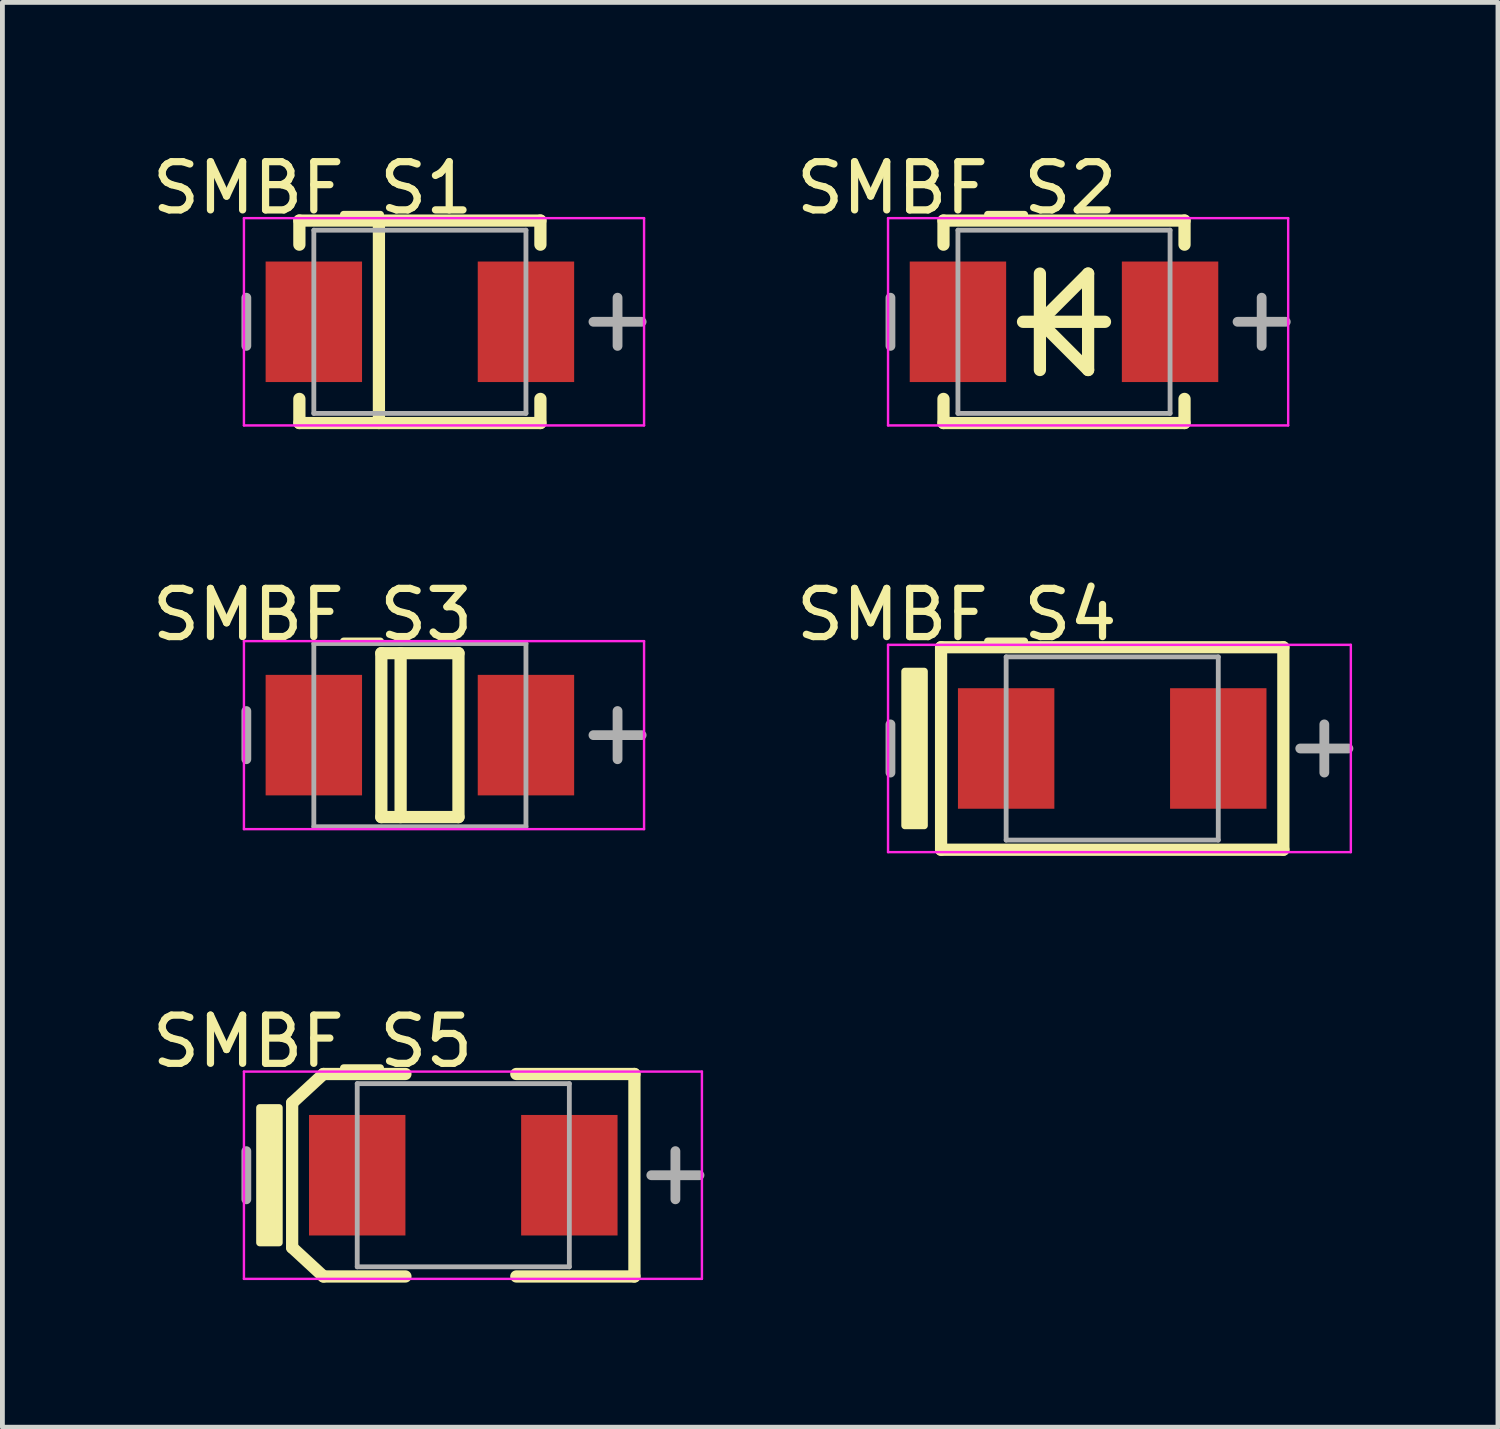
<source format=kicad_pcb>
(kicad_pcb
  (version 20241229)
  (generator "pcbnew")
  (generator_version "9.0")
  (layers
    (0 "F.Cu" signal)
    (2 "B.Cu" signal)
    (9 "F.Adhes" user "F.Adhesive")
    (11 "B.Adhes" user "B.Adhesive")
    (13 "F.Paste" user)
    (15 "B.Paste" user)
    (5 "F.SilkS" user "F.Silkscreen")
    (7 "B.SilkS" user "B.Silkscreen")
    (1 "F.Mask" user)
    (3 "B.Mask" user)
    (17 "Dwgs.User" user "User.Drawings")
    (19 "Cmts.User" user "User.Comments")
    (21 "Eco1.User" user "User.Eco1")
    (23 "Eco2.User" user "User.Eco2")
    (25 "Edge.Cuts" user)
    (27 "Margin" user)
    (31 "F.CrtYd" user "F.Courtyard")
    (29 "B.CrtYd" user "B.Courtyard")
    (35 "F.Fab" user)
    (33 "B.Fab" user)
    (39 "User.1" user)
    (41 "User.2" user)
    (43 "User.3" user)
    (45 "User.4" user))
  (footprint "SMBF_S4"
    (layer "F.Cu")
    (at 20.021 12.476)
    (property "Reference" "SMBF_S4" (at -3.225 -2.776 0) (layer "F.SilkS") (effects (font (size 1 1) (thickness 0.15))))
    (attr through_hole)
    (fp_line (start -3.55 -2.1) (end 3.55 -2.1) (stroke (width 0.254) (type solid)) (layer "F.SilkS"))
    (fp_line (start -3.55 2.1) (end -3.55 -2.1) (stroke (width 0.254) (type solid)) (layer "F.SilkS"))
    (fp_line (start -3.55 2.1) (end 3.55 2.1) (stroke (width 0.254) (type solid)) (layer "F.SilkS"))
    (fp_line (start 3.55 2.1) (end 3.55 -2.1) (stroke (width 0.254) (type solid)) (layer "F.SilkS"))
    (fp_poly (pts (xy -4.3 1.6) (xy -3.9 1.6) (xy -3.9 -1.6) (xy -4.3 -1.6)) (stroke (width 0.15) (type solid)) (fill yes) (layer "F.SilkS"))
    (fp_line (start -4.65 -2.15) (end 4.95 -2.15) (stroke (width 0.05) (type solid)) (layer "F.CrtYd"))
    (fp_line (start -4.65 2.15) (end -4.65 -2.15) (stroke (width 0.05) (type solid)) (layer "F.CrtYd"))
    (fp_line (start 4.95 -2.15) (end 4.95 2.15) (stroke (width 0.05) (type solid)) (layer "F.CrtYd"))
    (fp_line (start 4.95 2.15) (end -4.65 2.15) (stroke (width 0.05) (type solid)) (layer "F.CrtYd"))
    (fp_line (start -4.6 0.5) (end -4.6 -0.5) (stroke (width 0.203) (type solid)) (layer "F.Fab"))
    (fp_line (start -2.2 -1.9) (end 2.2 -1.9) (stroke (width 0.1) (type solid)) (layer "F.Fab"))
    (fp_line (start -2.2 1.9) (end -2.2 -1.9) (stroke (width 0.1) (type solid)) (layer "F.Fab"))
    (fp_line (start -2.2 1.9) (end 2.2 1.9) (stroke (width 0.1) (type solid)) (layer "F.Fab"))
    (fp_line (start 2.2 1.9) (end 2.2 -1.9) (stroke (width 0.1) (type solid)) (layer "F.Fab"))
    (fp_line (start 3.9 0) (end 4.9 0) (stroke (width 0.203) (type solid)) (layer "F.Fab"))
    (fp_line (start 4.4 0.5) (end 4.4 -0.5) (stroke (width 0.203) (type solid)) (layer "F.Fab"))
    (pad "1" smd rect (at 2.2 0 270) (size 2.5 2) (layers "F.Cu" "F.Mask" "F.Paste"))
    (pad "2" smd rect (at -2.2 0 270) (size 2.5 2) (layers "F.Cu" "F.Mask" "F.Paste")))
  (footprint "SMBF_S5"
    (layer "F.Cu")
    (at 6.56 21.328)
    (property "Reference" "SMBF_S5" (at -3.125 -2.776 0) (layer "F.SilkS") (effects (font (size 1 1) (thickness 0.15))))
    (attr through_hole)
    (fp_line (start -3.55 -1.5) (end -2.9 -2.1) (stroke (width 0.254) (type solid)) (layer "F.SilkS"))
    (fp_line (start -3.55 1.5) (end -3.55 -1.5) (stroke (width 0.254) (type solid)) (layer "F.SilkS"))
    (fp_line (start -3.55 1.5) (end -2.9 2.1) (stroke (width 0.254) (type solid)) (layer "F.SilkS"))
    (fp_line (start -2.9 -2.1) (end -1.2 -2.1) (stroke (width 0.254) (type solid)) (layer "F.SilkS"))
    (fp_line (start -2.9 2.1) (end -1.2 2.1) (stroke (width 0.254) (type solid)) (layer "F.SilkS"))
    (fp_line (start 1.1 -2.1) (end 3.55 -2.1) (stroke (width 0.254) (type solid)) (layer "F.SilkS"))
    (fp_line (start 1.1 2.1) (end 3.55 2.1) (stroke (width 0.254) (type solid)) (layer "F.SilkS"))
    (fp_line (start 3.55 2.1) (end 3.55 -2.1) (stroke (width 0.254) (type solid)) (layer "F.SilkS"))
    (fp_poly (pts (xy -4.221 1.4) (xy -3.821 1.4) (xy -3.821 -1.4) (xy -4.221 -1.4)) (stroke (width 0.15) (type solid)) (fill yes) (layer "F.SilkS"))
    (fp_line (start -4.55 -2.15) (end 4.95 -2.15) (stroke (width 0.05) (type solid)) (layer "F.CrtYd"))
    (fp_line (start -4.55 2.15) (end -4.55 -2.15) (stroke (width 0.05) (type solid)) (layer "F.CrtYd"))
    (fp_line (start 4.95 -2.15) (end 4.95 2.15) (stroke (width 0.05) (type solid)) (layer "F.CrtYd"))
    (fp_line (start 4.95 2.15) (end -4.55 2.15) (stroke (width 0.05) (type solid)) (layer "F.CrtYd"))
    (fp_line (start -4.5 0.5) (end -4.5 -0.5) (stroke (width 0.203) (type solid)) (layer "F.Fab"))
    (fp_line (start -2.2 -1.9) (end 2.2 -1.9) (stroke (width 0.1) (type solid)) (layer "F.Fab"))
    (fp_line (start -2.2 1.9) (end -2.2 -1.9) (stroke (width 0.1) (type solid)) (layer "F.Fab"))
    (fp_line (start -2.2 1.9) (end 2.2 1.9) (stroke (width 0.1) (type solid)) (layer "F.Fab"))
    (fp_line (start 2.2 1.9) (end 2.2 -1.9) (stroke (width 0.1) (type solid)) (layer "F.Fab"))
    (fp_line (start 3.9 0) (end 4.9 0) (stroke (width 0.203) (type solid)) (layer "F.Fab"))
    (fp_line (start 4.4 0.5) (end 4.4 -0.5) (stroke (width 0.203) (type solid)) (layer "F.Fab"))
    (pad "1" smd rect (at 2.2 0 270) (size 2.5 2) (layers "F.Cu" "F.Mask" "F.Paste"))
    (pad "2" smd rect (at -2.2 0 270) (size 2.5 2) (layers "F.Cu" "F.Mask" "F.Paste")))
  (footprint "SMBF_S2"
    (layer "F.Cu")
    (at 19.021 3.625)
    (property "Reference" "SMBF_S2" (at -2.225 -2.776 0) (layer "F.SilkS") (effects (font (size 1 1) (thickness 0.15))))
    (attr through_hole)
    (fp_line (start -2.5 -2.1) (end 2.5 -2.1) (stroke (width 0.254) (type solid)) (layer "F.SilkS"))
    (fp_line (start -2.5 -1.6) (end -2.5 -2.1) (stroke (width 0.254) (type solid)) (layer "F.SilkS"))
    (fp_line (start -2.5 2.1) (end -2.5 1.6) (stroke (width 0.254) (type solid)) (layer "F.SilkS"))
    (fp_line (start -2.5 2.1) (end 2.5 2.1) (stroke (width 0.254) (type solid)) (layer "F.SilkS"))
    (fp_line (start -0.85 0) (end 0.85 0) (stroke (width 0.254) (type solid)) (layer "F.SilkS"))
    (fp_line (start -0.5 0) (end 0.5 -1) (stroke (width 0.254) (type solid)) (layer "F.SilkS"))
    (fp_line (start -0.5 0) (end 0.5 1) (stroke (width 0.254) (type solid)) (layer "F.SilkS"))
    (fp_line (start -0.5 1) (end -0.5 -1) (stroke (width 0.254) (type solid)) (layer "F.SilkS"))
    (fp_line (start 0.5 1) (end 0.5 -1) (stroke (width 0.254) (type solid)) (layer "F.SilkS"))
    (fp_line (start 2.5 -1.6) (end 2.5 -2.1) (stroke (width 0.254) (type solid)) (layer "F.SilkS"))
    (fp_line (start 2.5 2.1) (end 2.5 1.6) (stroke (width 0.254) (type solid)) (layer "F.SilkS"))
    (fp_line (start -3.65 -2.15) (end 4.65 -2.15) (stroke (width 0.05) (type solid)) (layer "F.CrtYd"))
    (fp_line (start -3.65 2.15) (end -3.65 -2.15) (stroke (width 0.05) (type solid)) (layer "F.CrtYd"))
    (fp_line (start 4.65 -2.15) (end 4.65 2.15) (stroke (width 0.05) (type solid)) (layer "F.CrtYd"))
    (fp_line (start 4.65 2.15) (end -3.65 2.15) (stroke (width 0.05) (type solid)) (layer "F.CrtYd"))
    (fp_line (start -3.6 0.5) (end -3.6 -0.5) (stroke (width 0.203) (type solid)) (layer "F.Fab"))
    (fp_line (start -2.2 -1.9) (end 2.2 -1.9) (stroke (width 0.1) (type solid)) (layer "F.Fab"))
    (fp_line (start -2.2 1.9) (end -2.2 -1.9) (stroke (width 0.1) (type solid)) (layer "F.Fab"))
    (fp_line (start -2.2 1.9) (end 2.2 1.9) (stroke (width 0.1) (type solid)) (layer "F.Fab"))
    (fp_line (start 2.2 1.9) (end 2.2 -1.9) (stroke (width 0.1) (type solid)) (layer "F.Fab"))
    (fp_line (start 3.6 0) (end 4.6 0) (stroke (width 0.203) (type solid)) (layer "F.Fab"))
    (fp_line (start 4.1 0.5) (end 4.1 -0.5) (stroke (width 0.203) (type solid)) (layer "F.Fab"))
    (pad "1" smd rect (at 2.2 0 270) (size 2.5 2) (layers "F.Cu" "F.Mask" "F.Paste"))
    (pad "2" smd rect (at -2.2 0 270) (size 2.5 2) (layers "F.Cu" "F.Mask" "F.Paste")))
  (footprint "SMBF_S1"
    (layer "F.Cu")
    (at 5.66 3.625)
    (property "Reference" "SMBF_S1" (at -2.225 -2.776 0) (layer "F.SilkS") (effects (font (size 1 1) (thickness 0.15))))
    (attr through_hole)
    (fp_line (start -2.5 -2.1) (end 2.5 -2.1) (stroke (width 0.254) (type solid)) (layer "F.SilkS"))
    (fp_line (start -2.5 -1.6) (end -2.5 -2.1) (stroke (width 0.254) (type solid)) (layer "F.SilkS"))
    (fp_line (start -2.5 2.1) (end -2.5 1.6) (stroke (width 0.254) (type solid)) (layer "F.SilkS"))
    (fp_line (start -2.5 2.1) (end 2.5 2.1) (stroke (width 0.254) (type solid)) (layer "F.SilkS"))
    (fp_line (start -0.85 2.1) (end -0.85 -2.1) (stroke (width 0.254) (type solid)) (layer "F.SilkS"))
    (fp_line (start 2.5 -1.6) (end 2.5 -2.1) (stroke (width 0.254) (type solid)) (layer "F.SilkS"))
    (fp_line (start 2.5 2.1) (end 2.5 1.6) (stroke (width 0.254) (type solid)) (layer "F.SilkS"))
    (fp_line (start -3.65 -2.15) (end 4.65 -2.15) (stroke (width 0.05) (type solid)) (layer "F.CrtYd"))
    (fp_line (start -3.65 2.15) (end -3.65 -2.15) (stroke (width 0.05) (type solid)) (layer "F.CrtYd"))
    (fp_line (start 4.65 -2.15) (end 4.65 2.15) (stroke (width 0.05) (type solid)) (layer "F.CrtYd"))
    (fp_line (start 4.65 2.15) (end -3.65 2.15) (stroke (width 0.05) (type solid)) (layer "F.CrtYd"))
    (fp_line (start -3.6 0.5) (end -3.6 -0.5) (stroke (width 0.203) (type solid)) (layer "F.Fab"))
    (fp_line (start -2.2 -1.9) (end 2.2 -1.9) (stroke (width 0.1) (type solid)) (layer "F.Fab"))
    (fp_line (start -2.2 1.9) (end -2.2 -1.9) (stroke (width 0.1) (type solid)) (layer "F.Fab"))
    (fp_line (start -2.2 1.9) (end 2.2 1.9) (stroke (width 0.1) (type solid)) (layer "F.Fab"))
    (fp_line (start 2.2 1.9) (end 2.2 -1.9) (stroke (width 0.1) (type solid)) (layer "F.Fab"))
    (fp_line (start 3.6 0) (end 4.6 0) (stroke (width 0.203) (type solid)) (layer "F.Fab"))
    (fp_line (start 4.1 0.5) (end 4.1 -0.5) (stroke (width 0.203) (type solid)) (layer "F.Fab"))
    (pad "1" smd rect (at 2.2 0 270) (size 2.5 2) (layers "F.Cu" "F.Mask" "F.Paste"))
    (pad "2" smd rect (at -2.2 0 270) (size 2.5 2) (layers "F.Cu" "F.Mask" "F.Paste")))
  (footprint "SMBF_S3"
    (layer "F.Cu")
    (at 5.66 12.199)
    (property "Reference" "SMBF_S3" (at -2.225 -2.499 0) (layer "F.SilkS") (effects (font (size 1 1) (thickness 0.15))))
    (attr through_hole)
    (fp_line (start -0.8 -1.7) (end 0.8 -1.7) (stroke (width 0.254) (type solid)) (layer "F.SilkS"))
    (fp_line (start -0.8 1.7) (end -0.8 -1.7) (stroke (width 0.254) (type solid)) (layer "F.SilkS"))
    (fp_line (start -0.8 1.7) (end 0.8 1.7) (stroke (width 0.254) (type solid)) (layer "F.SilkS"))
    (fp_line (start -0.4 1.7) (end -0.4 -1.7) (stroke (width 0.254) (type solid)) (layer "F.SilkS"))
    (fp_line (start 0.8 1.7) (end 0.8 -1.7) (stroke (width 0.254) (type solid)) (layer "F.SilkS"))
    (fp_line (start -3.65 -1.95) (end 4.65 -1.95) (stroke (width 0.05) (type solid)) (layer "F.CrtYd"))
    (fp_line (start -3.65 1.95) (end -3.65 -1.95) (stroke (width 0.05) (type solid)) (layer "F.CrtYd"))
    (fp_line (start 4.65 -1.95) (end 4.65 1.95) (stroke (width 0.05) (type solid)) (layer "F.CrtYd"))
    (fp_line (start 4.65 1.95) (end -3.65 1.95) (stroke (width 0.05) (type solid)) (layer "F.CrtYd"))
    (fp_line (start -3.6 0.5) (end -3.6 -0.5) (stroke (width 0.203) (type solid)) (layer "F.Fab"))
    (fp_line (start -2.2 -1.9) (end 2.2 -1.9) (stroke (width 0.1) (type solid)) (layer "F.Fab"))
    (fp_line (start -2.2 1.9) (end -2.2 -1.9) (stroke (width 0.1) (type solid)) (layer "F.Fab"))
    (fp_line (start -2.2 1.9) (end 2.2 1.9) (stroke (width 0.1) (type solid)) (layer "F.Fab"))
    (fp_line (start 2.2 1.9) (end 2.2 -1.9) (stroke (width 0.1) (type solid)) (layer "F.Fab"))
    (fp_line (start 3.6 0) (end 4.6 0) (stroke (width 0.203) (type solid)) (layer "F.Fab"))
    (fp_line (start 4.1 0.5) (end 4.1 -0.5) (stroke (width 0.203) (type solid)) (layer "F.Fab"))
    (pad "1" smd rect (at 2.2 0 270) (size 2.5 2) (layers "F.Cu" "F.Mask" "F.Paste"))
    (pad "2" smd rect (at -2.2 0 270) (size 2.5 2) (layers "F.Cu" "F.Mask" "F.Paste")))
  (gr_rect
    (start -3 -3)
    (end 28.023 26.555)
    (stroke (width 0.1) (type default))
    (fill no)
    (layer "Edge.Cuts")))
</source>
